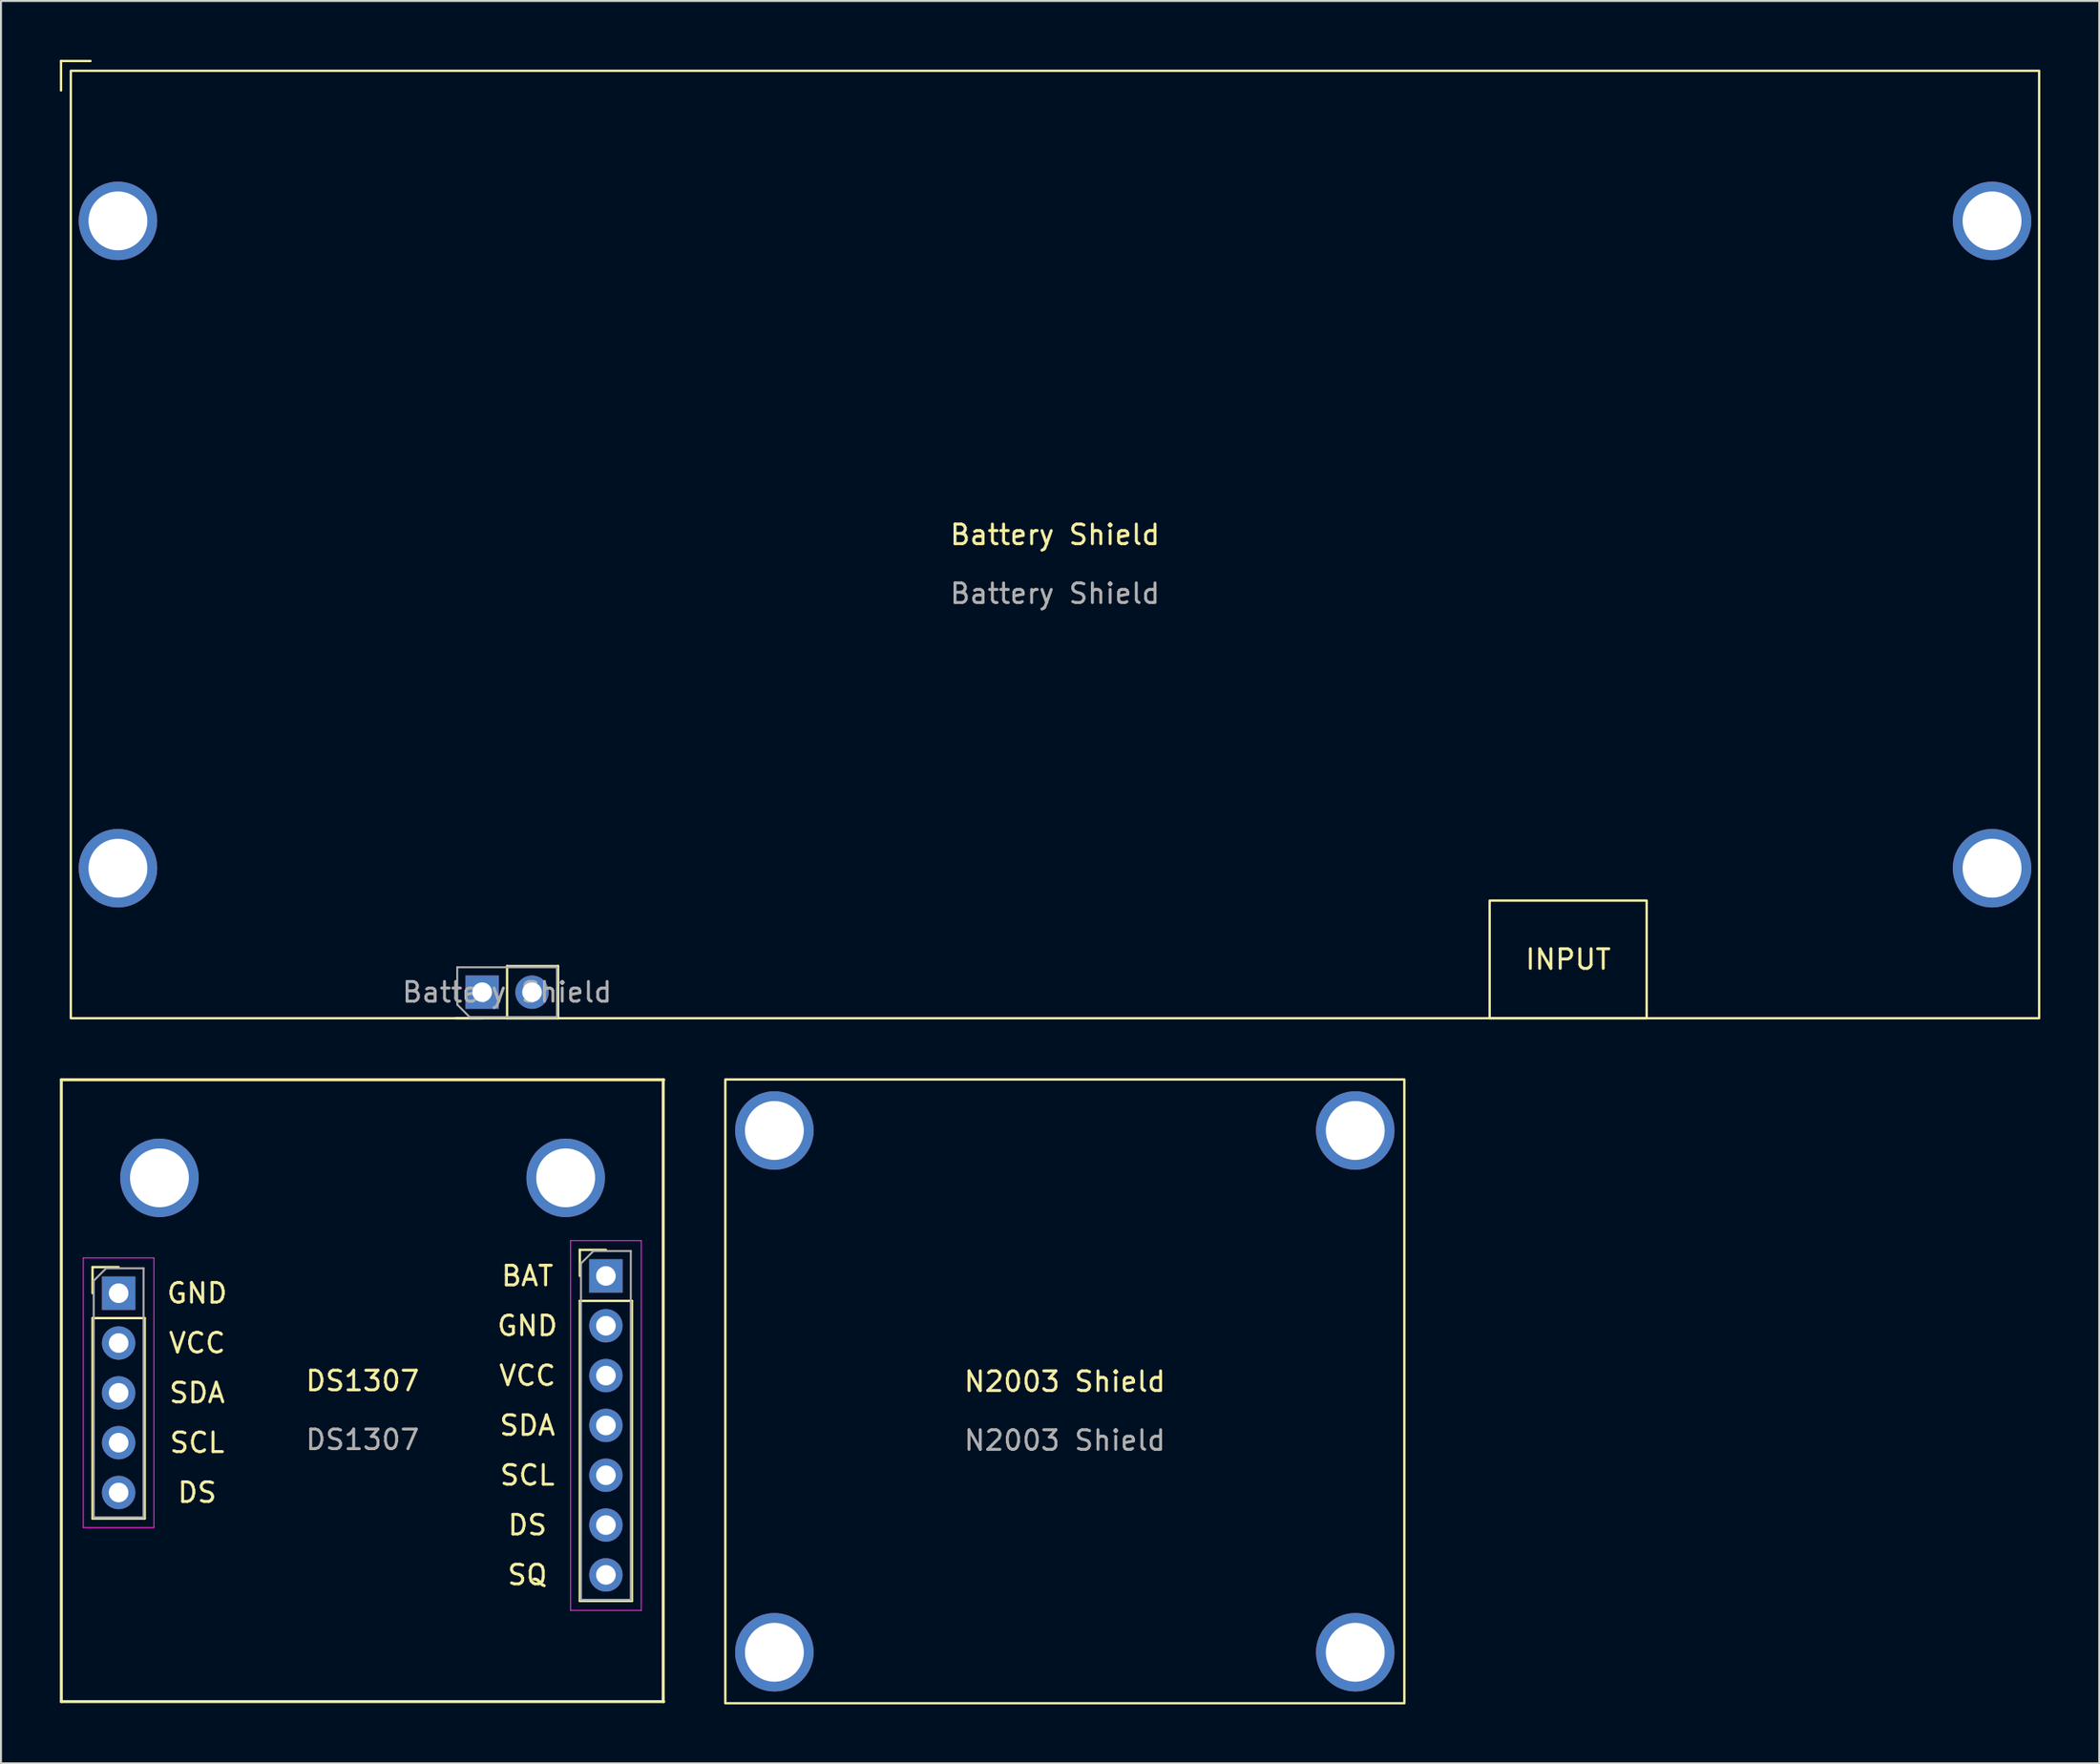
<source format=kicad_pcb>
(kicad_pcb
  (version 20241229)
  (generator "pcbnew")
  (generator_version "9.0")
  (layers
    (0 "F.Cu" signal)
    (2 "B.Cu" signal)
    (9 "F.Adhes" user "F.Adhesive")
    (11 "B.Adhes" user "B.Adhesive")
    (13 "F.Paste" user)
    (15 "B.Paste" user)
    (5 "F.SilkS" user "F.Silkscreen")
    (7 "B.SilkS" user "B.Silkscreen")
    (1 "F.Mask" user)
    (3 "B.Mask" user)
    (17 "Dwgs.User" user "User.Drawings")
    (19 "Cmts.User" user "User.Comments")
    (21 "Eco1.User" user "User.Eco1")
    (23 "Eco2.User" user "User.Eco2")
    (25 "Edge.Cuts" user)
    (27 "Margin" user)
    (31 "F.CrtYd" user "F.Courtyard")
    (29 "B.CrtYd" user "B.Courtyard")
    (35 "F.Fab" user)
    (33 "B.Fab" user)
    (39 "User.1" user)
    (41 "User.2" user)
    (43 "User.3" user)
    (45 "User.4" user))
  (footprint "N2003 Shield"
    (layer "F.Cu")
    (at 51.21 67.88)
    (property "Reference" "N2003 Shield" (at 0 -0.5 0) (unlocked yes) (layer "F.SilkS") (effects (font (size 1 1) (thickness 0.15))))
    (attr through_hole)
    (fp_rect (start -17.3 -15.9) (end 17.3 15.9) (stroke (width 0.12) (type solid)) (fill no) (layer "F.SilkS"))
    (fp_text user "${REFERENCE}" (at 0 2.5 0) (unlocked yes) (layer "F.Fab") (effects (font (size 1 1) (thickness 0.15))))
    (pad "" np_thru_hole circle (at -14.8 -13.3) (size 4 4) (drill 3) (layers "*.Cu" "*.Mask"))
    (pad "" np_thru_hole circle (at -14.8 13.3) (size 4 4) (drill 3) (layers "*.Cu" "*.Mask"))
    (pad "" np_thru_hole circle (at 14.8 -13.3) (size 4 4) (drill 3) (layers "*.Cu" "*.Mask"))
    (pad "" np_thru_hole circle (at 14.8 13.3) (size 4 4) (drill 3) (layers "*.Cu" "*.Mask")))
  (footprint "Battery Shield"
    (layer "F.Cu")
    (at 50.71 24.71)
    (property "Reference" "Battery Shield" (at 0 -0.5 0) (unlocked yes) (layer "F.SilkS") (effects (font (size 1 1) (thickness 0.15))))
    (attr through_hole)
    (fp_line (start -50.65 -24.65) (end -50.65 -23.15) (stroke (width 0.12) (type solid)) (layer "F.SilkS"))
    (fp_line (start -50.65 -24.65) (end -49.15 -24.65) (stroke (width 0.12) (type solid)) (layer "F.SilkS"))
    (fp_line (start -29.19 24.15) (end -30.52 24.15) (stroke (width 0.12) (type solid)) (layer "F.SilkS"))
    (fp_line (start -27.92 21.49) (end -25.32 21.49) (stroke (width 0.12) (type solid)) (layer "F.SilkS"))
    (fp_line (start -27.92 24.15) (end -27.92 21.49) (stroke (width 0.12) (type solid)) (layer "F.SilkS"))
    (fp_line (start -27.92 24.15) (end -25.32 24.15) (stroke (width 0.12) (type solid)) (layer "F.SilkS"))
    (fp_line (start -25.32 24.15) (end -25.32 21.49) (stroke (width 0.12) (type solid)) (layer "F.SilkS"))
    (fp_rect (start -50.15 -24.15) (end 50.15 24.15) (stroke (width 0.12) (type solid)) (fill no) (layer "F.SilkS"))
    (fp_rect (start 22.15 18.15) (end 30.15 24.15) (stroke (width 0.12) (type solid)) (fill no) (layer "F.SilkS"))
    (fp_line (start -30.46 21.55) (end -25.38 21.55) (stroke (width 0.1) (type solid)) (layer "F.Fab"))
    (fp_line (start -30.46 23.455) (end -30.46 21.55) (stroke (width 0.1) (type solid)) (layer "F.Fab"))
    (fp_line (start -29.825 24.09) (end -30.46 23.455) (stroke (width 0.1) (type solid)) (layer "F.Fab"))
    (fp_line (start -25.38 21.55) (end -25.38 24.09) (stroke (width 0.1) (type solid)) (layer "F.Fab"))
    (fp_line (start -25.38 24.09) (end -29.825 24.09) (stroke (width 0.1) (type solid)) (layer "F.Fab"))
    (fp_text user "INPUT" (at 26.15 21.15 0) (unlocked yes) (layer "F.SilkS") (effects (font (size 1 1) (thickness 0.15))))
    (fp_text user "${REFERENCE}" (at -27.92 22.82 180) (layer "F.Fab") (effects (font (size 1 1) (thickness 0.15))))
    (fp_text user "${REFERENCE}" (at 0 2.5 0) (unlocked yes) (layer "F.Fab") (effects (font (size 1 1) (thickness 0.15))))
    (pad "" np_thru_hole circle (at -47.75 -16.5) (size 4 4) (drill 3) (layers "*.Cu" "*.Mask"))
    (pad "" np_thru_hole circle (at -47.75 16.5) (size 4 4) (drill 3) (layers "*.Cu" "*.Mask"))
    (pad "" np_thru_hole circle (at 47.75 -16.5) (size 4 4) (drill 3) (layers "*.Cu" "*.Mask"))
    (pad "" np_thru_hole circle (at 47.75 16.5) (size 4 4) (drill 3) (layers "*.Cu" "*.Mask"))
    (pad "1" thru_hole rect (at -29.19 22.82 90) (size 1.7 1.7) (drill 1) (layers "*.Cu" "*.Mask"))
    (pad "2" thru_hole oval (at -26.65 22.82 90) (size 1.7 1.7) (drill 1) (layers "*.Cu" "*.Mask")))
  (footprint "DS1307"
    (layer "F.Cu")
    (at 15.425 67.845)
    (property "Reference" "DS1307" (at 0 -0.5 0) (unlocked yes) (layer "F.SilkS") (effects (font (size 1 1) (thickness 0.15))))
    (attr through_hole)
    (fp_line (start -15.35 -15.85) (end 15.35 -15.85) (stroke (width 0.15) (type solid)) (layer "F.SilkS"))
    (fp_line (start -15.35 15.85) (end -15.35 -15.85) (stroke (width 0.15) (type solid)) (layer "F.SilkS"))
    (fp_line (start -13.76 -6.3) (end -12.43 -6.3) (stroke (width 0.12) (type solid)) (layer "F.SilkS"))
    (fp_line (start -13.76 -4.97) (end -13.76 -6.3) (stroke (width 0.12) (type solid)) (layer "F.SilkS"))
    (fp_line (start -13.76 -3.7) (end -13.76 6.52) (stroke (width 0.12) (type solid)) (layer "F.SilkS"))
    (fp_line (start -13.76 -3.7) (end -11.1 -3.7) (stroke (width 0.12) (type solid)) (layer "F.SilkS"))
    (fp_line (start -13.76 6.52) (end -11.1 6.52) (stroke (width 0.12) (type solid)) (layer "F.SilkS"))
    (fp_line (start -11.1 -3.7) (end -11.1 6.52) (stroke (width 0.12) (type solid)) (layer "F.SilkS"))
    (fp_line (start 11.07 -7.18) (end 12.4 -7.18) (stroke (width 0.12) (type solid)) (layer "F.SilkS"))
    (fp_line (start 11.07 -5.85) (end 11.07 -7.18) (stroke (width 0.12) (type solid)) (layer "F.SilkS"))
    (fp_line (start 11.07 -4.58) (end 11.07 10.72) (stroke (width 0.12) (type solid)) (layer "F.SilkS"))
    (fp_line (start 11.07 -4.58) (end 13.73 -4.58) (stroke (width 0.12) (type solid)) (layer "F.SilkS"))
    (fp_line (start 11.07 10.72) (end 13.73 10.72) (stroke (width 0.12) (type solid)) (layer "F.SilkS"))
    (fp_line (start 13.73 -4.58) (end 13.73 10.72) (stroke (width 0.12) (type solid)) (layer "F.SilkS"))
    (fp_line (start 15.32 -15.85) (end 15.32 15.85) (stroke (width 0.15) (type solid)) (layer "F.SilkS"))
    (fp_line (start 15.35 15.85) (end -15.35 15.85) (stroke (width 0.15) (type solid)) (layer "F.SilkS"))
    (fp_line (start -14.23 -6.77) (end -14.23 6.98) (stroke (width 0.05) (type solid)) (layer "F.CrtYd"))
    (fp_line (start -14.23 6.98) (end -10.63 6.98) (stroke (width 0.05) (type solid)) (layer "F.CrtYd"))
    (fp_line (start -10.63 -6.77) (end -14.23 -6.77) (stroke (width 0.05) (type solid)) (layer "F.CrtYd"))
    (fp_line (start -10.63 6.98) (end -10.63 -6.77) (stroke (width 0.05) (type solid)) (layer "F.CrtYd"))
    (fp_line (start 10.6 -7.65) (end 10.6 11.2) (stroke (width 0.05) (type solid)) (layer "F.CrtYd"))
    (fp_line (start 10.6 11.2) (end 14.2 11.2) (stroke (width 0.05) (type solid)) (layer "F.CrtYd"))
    (fp_line (start 14.2 -7.65) (end 10.6 -7.65) (stroke (width 0.05) (type solid)) (layer "F.CrtYd"))
    (fp_line (start 14.2 11.2) (end 14.2 -7.65) (stroke (width 0.05) (type solid)) (layer "F.CrtYd"))
    (fp_line (start -13.7 -5.605) (end -13.065 -6.24) (stroke (width 0.1) (type solid)) (layer "F.Fab"))
    (fp_line (start -13.7 6.46) (end -13.7 -5.605) (stroke (width 0.1) (type solid)) (layer "F.Fab"))
    (fp_line (start -13.065 -6.24) (end -11.16 -6.24) (stroke (width 0.1) (type solid)) (layer "F.Fab"))
    (fp_line (start -11.16 -6.24) (end -11.16 6.46) (stroke (width 0.1) (type solid)) (layer "F.Fab"))
    (fp_line (start -11.16 6.46) (end -13.7 6.46) (stroke (width 0.1) (type solid)) (layer "F.Fab"))
    (fp_line (start 11.13 -6.485) (end 11.765 -7.12) (stroke (width 0.1) (type solid)) (layer "F.Fab"))
    (fp_line (start 11.13 10.66) (end 11.13 -6.485) (stroke (width 0.1) (type solid)) (layer "F.Fab"))
    (fp_line (start 11.765 -7.12) (end 13.67 -7.12) (stroke (width 0.1) (type solid)) (layer "F.Fab"))
    (fp_line (start 13.67 -7.12) (end 13.67 10.66) (stroke (width 0.1) (type solid)) (layer "F.Fab"))
    (fp_line (start 13.67 10.66) (end 11.13 10.66) (stroke (width 0.1) (type solid)) (layer "F.Fab"))
    (fp_text user "SCL" (at 8.4 4.31 0) (layer "F.SilkS") (effects (font (size 1 1) (thickness 0.15))))
    (fp_text user "GND" (at 8.4 -3.31 0) (layer "F.SilkS") (effects (font (size 1 1) (thickness 0.15))))
    (fp_text user "VCC" (at -8.43 -2.43 0) (layer "F.SilkS") (effects (font (size 1 1) (thickness 0.15))))
    (fp_text user "SDA" (at -8.43 0.11 0) (layer "F.SilkS") (effects (font (size 1 1) (thickness 0.15))))
    (fp_text user "DS" (at -8.43 5.19 0) (layer "F.SilkS") (effects (font (size 1 1) (thickness 0.15))))
    (fp_text user "SQ" (at 8.4 9.39 0) (layer "F.SilkS") (effects (font (size 1 1) (thickness 0.15))))
    (fp_text user "BAT" (at 8.4 -5.85 0) (layer "F.SilkS") (effects (font (size 1 1) (thickness 0.15))))
    (fp_text user "SDA" (at 8.4 1.77 0) (layer "F.SilkS") (effects (font (size 1 1) (thickness 0.15))))
    (fp_text user "DS" (at 8.4 6.85 0) (layer "F.SilkS") (effects (font (size 1 1) (thickness 0.15))))
    (fp_text user "GND" (at -8.43 -4.97 0) (layer "F.SilkS") (effects (font (size 1 1) (thickness 0.15))))
    (fp_text user "SCL" (at -8.43 2.65 0) (layer "F.SilkS") (effects (font (size 1 1) (thickness 0.15))))
    (fp_text user "VCC" (at 8.4 -0.77 0) (layer "F.SilkS") (effects (font (size 1 1) (thickness 0.15))))
    (fp_text user "${REFERENCE}" (at 0 2.5 0) (unlocked yes) (layer "F.Fab") (effects (font (size 1 1) (thickness 0.15))))
    (pad "" np_thru_hole circle (at -10.35 -10.85) (size 4 4) (drill 3) (layers "*.Cu" "*.Mask"))
    (pad "" np_thru_hole circle (at 10.35 -10.85) (size 4 4) (drill 3) (layers "*.Cu" "*.Mask"))
    (pad "1" thru_hole rect (at 12.4 -5.85) (size 1.7 1.7) (drill 1) (layers "*.Cu" "*.Mask"))
    (pad "2" thru_hole oval (at 12.4 -3.31) (size 1.7 1.7) (drill 1) (layers "*.Cu" "*.Mask"))
    (pad "3" thru_hole oval (at 12.4 -0.77) (size 1.7 1.7) (drill 1) (layers "*.Cu" "*.Mask"))
    (pad "4" thru_hole oval (at 12.4 1.77) (size 1.7 1.7) (drill 1) (layers "*.Cu" "*.Mask"))
    (pad "5" thru_hole oval (at 12.4 4.31) (size 1.7 1.7) (drill 1) (layers "*.Cu" "*.Mask"))
    (pad "6" thru_hole oval (at 12.4 6.85) (size 1.7 1.7) (drill 1) (layers "*.Cu" "*.Mask"))
    (pad "7" thru_hole oval (at 12.4 9.39) (size 1.7 1.7) (drill 1) (layers "*.Cu" "*.Mask"))
    (pad "8" thru_hole rect (at -12.43 -4.97) (size 1.7 1.7) (drill 1) (layers "*.Cu" "*.Mask"))
    (pad "9" thru_hole oval (at -12.43 -2.43) (size 1.7 1.7) (drill 1) (layers "*.Cu" "*.Mask"))
    (pad "10" thru_hole oval (at -12.43 0.11) (size 1.7 1.7) (drill 1) (layers "*.Cu" "*.Mask"))
    (pad "11" thru_hole oval (at -12.43 2.65) (size 1.7 1.7) (drill 1) (layers "*.Cu" "*.Mask"))
    (pad "12" thru_hole oval (at -12.43 5.19) (size 1.7 1.7) (drill 1) (layers "*.Cu" "*.Mask")))
  (gr_rect
    (start -3 -3)
    (end 103.92 86.84)
    (stroke (width 0.1) (type default))
    (fill no)
    (layer "Edge.Cuts")))
</source>
